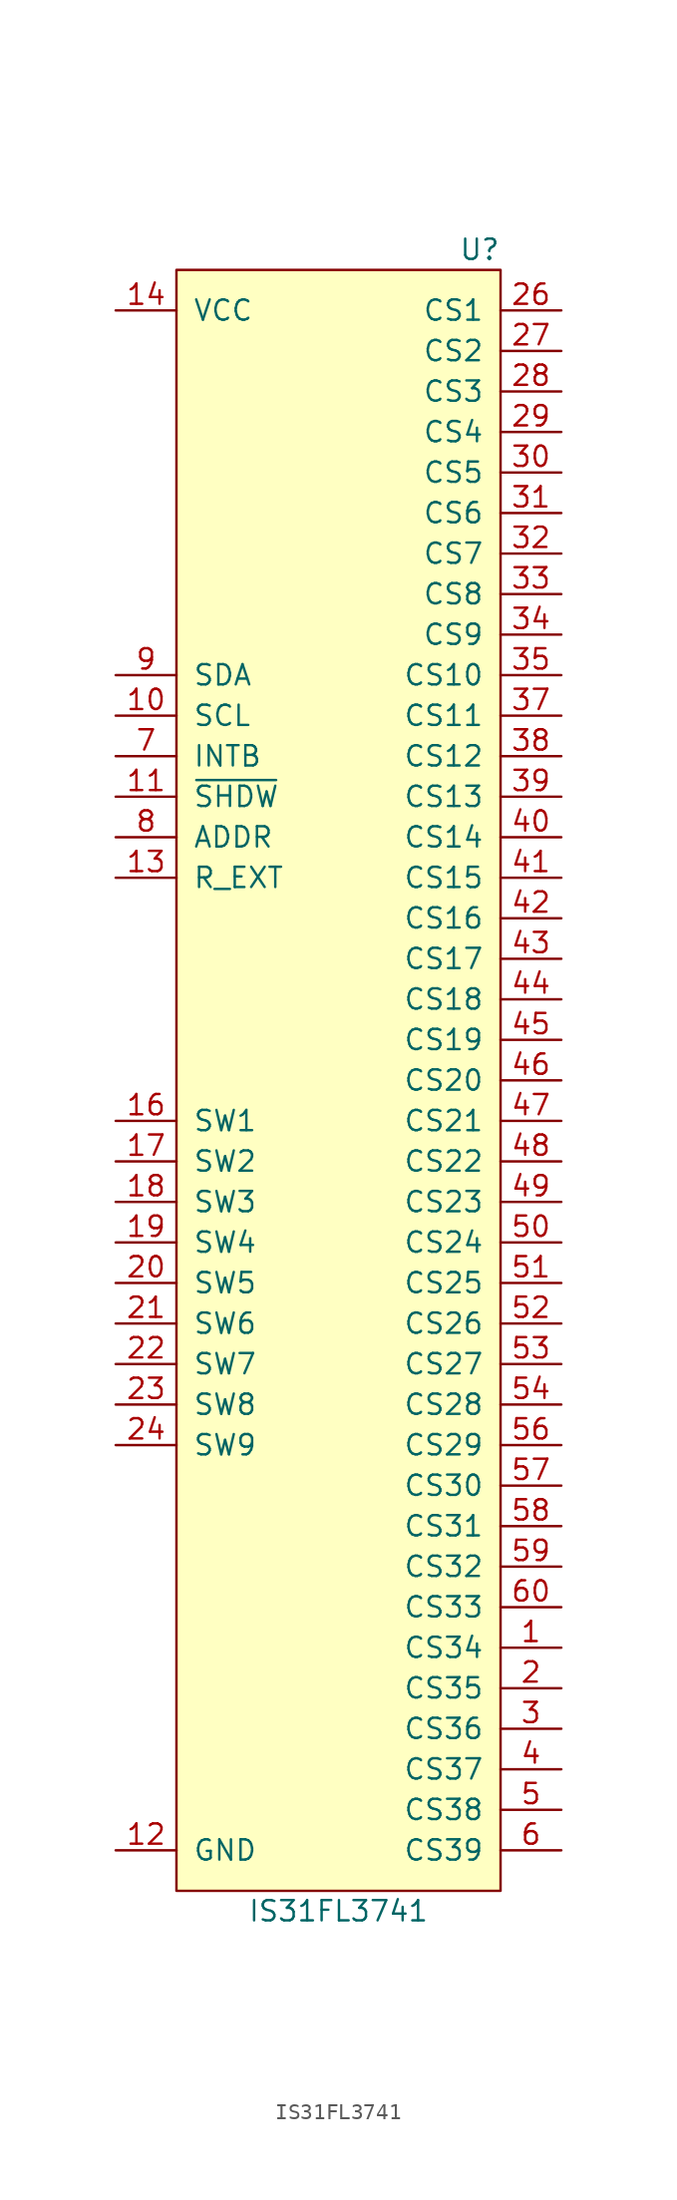
<source format=kicad_sym>
(kicad_symbol_lib
  (version 20220914)
  (generator kicad_symbol_editor)
  (symbol "IS31FL3741"
    (pin_names
      (offset 1.016))
    (property "Reference" "U"
      (at 10.16 49.53 0)
      (effects (font (size 1.27 1.27)) (justify right)))
    (property "Value" "IS31FL3741"
      (at 0 -54.61 0)
      (effects (font (size 1.27 1.27))))
    (symbol "IS31FL3741_0_1"
      (rectangle (start -10.16 48.26) (end 10.16 -53.34) (stroke (width 0) (type solid)) (fill (type background))))
    (symbol "IS31FL3741_1_1"
      (pin input line (at 13.97 -38.1 180) (length 3.81) (name "CS34" (effects (font (size 1.27 1.27)))) (number "1" (effects (font (size 1.27 1.27)))))
      (pin input line (at -13.97 20.32 0) (length 3.81) (name "SCL" (effects (font (size 1.27 1.27)))) (number "10" (effects (font (size 1.27 1.27)))))
      (pin input line (at -13.97 15.24 0) (length 3.81) (name "~{SHDW}" (effects (font (size 1.27 1.27)))) (number "11" (effects (font (size 1.27 1.27)))))
      (pin power_in line (at -13.97 -50.8 0) (length 3.81) (name "GND" (effects (font (size 1.27 1.27)))) (number "12" (effects (font (size 1.27 1.27)))))
      (pin input line (at -13.97 10.16 0) (length 3.81) (name "R_EXT" (effects (font (size 1.27 1.27)))) (number "13" (effects (font (size 1.27 1.27)))))
      (pin power_in line (at -13.97 45.72 0) (length 3.81) (name "VCC" (effects (font (size 1.27 1.27)))) (number "14" (effects (font (size 1.27 1.27)))))
      (pin passive line (at -13.97 45.72 0) (length 3.81) hide (name "VCC" (effects (font (size 1.27 1.27)))) (number "15" (effects (font (size 1.27 1.27)))))
      (pin input line (at -13.97 -5.08 0) (length 3.81) (name "SW1" (effects (font (size 1.27 1.27)))) (number "16" (effects (font (size 1.27 1.27)))))
      (pin input line (at -13.97 -7.62 0) (length 3.81) (name "SW2" (effects (font (size 1.27 1.27)))) (number "17" (effects (font (size 1.27 1.27)))))
      (pin input line (at -13.97 -10.16 0) (length 3.81) (name "SW3" (effects (font (size 1.27 1.27)))) (number "18" (effects (font (size 1.27 1.27)))))
      (pin input line (at -13.97 -12.7 0) (length 3.81) (name "SW4" (effects (font (size 1.27 1.27)))) (number "19" (effects (font (size 1.27 1.27)))))
      (pin input line (at 13.97 -40.64 180) (length 3.81) (name "CS35" (effects (font (size 1.27 1.27)))) (number "2" (effects (font (size 1.27 1.27)))))
      (pin input line (at -13.97 -15.24 0) (length 3.81) (name "SW5" (effects (font (size 1.27 1.27)))) (number "20" (effects (font (size 1.27 1.27)))))
      (pin input line (at -13.97 -17.78 0) (length 3.81) (name "SW6" (effects (font (size 1.27 1.27)))) (number "21" (effects (font (size 1.27 1.27)))))
      (pin input line (at -13.97 -20.32 0) (length 3.81) (name "SW7" (effects (font (size 1.27 1.27)))) (number "22" (effects (font (size 1.27 1.27)))))
      (pin input line (at -13.97 -22.86 0) (length 3.81) (name "SW8" (effects (font (size 1.27 1.27)))) (number "23" (effects (font (size 1.27 1.27)))))
      (pin input line (at -13.97 -25.4 0) (length 3.81) (name "SW9" (effects (font (size 1.27 1.27)))) (number "24" (effects (font (size 1.27 1.27)))))
      (pin passive line (at -13.97 45.72 0) (length 3.81) hide (name "VCC" (effects (font (size 1.27 1.27)))) (number "25" (effects (font (size 1.27 1.27)))))
      (pin input line (at 13.97 45.72 180) (length 3.81) (name "CS1" (effects (font (size 1.27 1.27)))) (number "26" (effects (font (size 1.27 1.27)))))
      (pin input line (at 13.97 43.18 180) (length 3.81) (name "CS2" (effects (font (size 1.27 1.27)))) (number "27" (effects (font (size 1.27 1.27)))))
      (pin input line (at 13.97 40.64 180) (length 3.81) (name "CS3" (effects (font (size 1.27 1.27)))) (number "28" (effects (font (size 1.27 1.27)))))
      (pin input line (at 13.97 38.1 180) (length 3.81) (name "CS4" (effects (font (size 1.27 1.27)))) (number "29" (effects (font (size 1.27 1.27)))))
      (pin input line (at 13.97 -43.18 180) (length 3.81) (name "CS36" (effects (font (size 1.27 1.27)))) (number "3" (effects (font (size 1.27 1.27)))))
      (pin input line (at 13.97 35.56 180) (length 3.81) (name "CS5" (effects (font (size 1.27 1.27)))) (number "30" (effects (font (size 1.27 1.27)))))
      (pin input line (at 13.97 33.02 180) (length 3.81) (name "CS6" (effects (font (size 1.27 1.27)))) (number "31" (effects (font (size 1.27 1.27)))))
      (pin input line (at 13.97 30.48 180) (length 3.81) (name "CS7" (effects (font (size 1.27 1.27)))) (number "32" (effects (font (size 1.27 1.27)))))
      (pin input line (at 13.97 27.94 180) (length 3.81) (name "CS8" (effects (font (size 1.27 1.27)))) (number "33" (effects (font (size 1.27 1.27)))))
      (pin input line (at 13.97 25.4 180) (length 3.81) (name "CS9" (effects (font (size 1.27 1.27)))) (number "34" (effects (font (size 1.27 1.27)))))
      (pin input line (at 13.97 22.86 180) (length 3.81) (name "CS10" (effects (font (size 1.27 1.27)))) (number "35" (effects (font (size 1.27 1.27)))))
      (pin passive line (at -13.97 -50.8 0) (length 3.81) hide (name "GND" (effects (font (size 1.27 1.27)))) (number "36" (effects (font (size 1.27 1.27)))))
      (pin input line (at 13.97 20.32 180) (length 3.81) (name "CS11" (effects (font (size 1.27 1.27)))) (number "37" (effects (font (size 1.27 1.27)))))
      (pin input line (at 13.97 17.78 180) (length 3.81) (name "CS12" (effects (font (size 1.27 1.27)))) (number "38" (effects (font (size 1.27 1.27)))))
      (pin input line (at 13.97 15.24 180) (length 3.81) (name "CS13" (effects (font (size 1.27 1.27)))) (number "39" (effects (font (size 1.27 1.27)))))
      (pin input line (at 13.97 -45.72 180) (length 3.81) (name "CS37" (effects (font (size 1.27 1.27)))) (number "4" (effects (font (size 1.27 1.27)))))
      (pin input line (at 13.97 12.7 180) (length 3.81) (name "CS14" (effects (font (size 1.27 1.27)))) (number "40" (effects (font (size 1.27 1.27)))))
      (pin input line (at 13.97 10.16 180) (length 3.81) (name "CS15" (effects (font (size 1.27 1.27)))) (number "41" (effects (font (size 1.27 1.27)))))
      (pin input line (at 13.97 7.62 180) (length 3.81) (name "CS16" (effects (font (size 1.27 1.27)))) (number "42" (effects (font (size 1.27 1.27)))))
      (pin input line (at 13.97 5.08 180) (length 3.81) (name "CS17" (effects (font (size 1.27 1.27)))) (number "43" (effects (font (size 1.27 1.27)))))
      (pin input line (at 13.97 2.54 180) (length 3.81) (name "CS18" (effects (font (size 1.27 1.27)))) (number "44" (effects (font (size 1.27 1.27)))))
      (pin input line (at 13.97 0 180) (length 3.81) (name "CS19" (effects (font (size 1.27 1.27)))) (number "45" (effects (font (size 1.27 1.27)))))
      (pin input line (at 13.97 -2.54 180) (length 3.81) (name "CS20" (effects (font (size 1.27 1.27)))) (number "46" (effects (font (size 1.27 1.27)))))
      (pin input line (at 13.97 -5.08 180) (length 3.81) (name "CS21" (effects (font (size 1.27 1.27)))) (number "47" (effects (font (size 1.27 1.27)))))
      (pin input line (at 13.97 -7.62 180) (length 3.81) (name "CS22" (effects (font (size 1.27 1.27)))) (number "48" (effects (font (size 1.27 1.27)))))
      (pin input line (at 13.97 -10.16 180) (length 3.81) (name "CS23" (effects (font (size 1.27 1.27)))) (number "49" (effects (font (size 1.27 1.27)))))
      (pin input line (at 13.97 -48.26 180) (length 3.81) (name "CS38" (effects (font (size 1.27 1.27)))) (number "5" (effects (font (size 1.27 1.27)))))
      (pin input line (at 13.97 -12.7 180) (length 3.81) (name "CS24" (effects (font (size 1.27 1.27)))) (number "50" (effects (font (size 1.27 1.27)))))
      (pin input line (at 13.97 -15.24 180) (length 3.81) (name "CS25" (effects (font (size 1.27 1.27)))) (number "51" (effects (font (size 1.27 1.27)))))
      (pin input line (at 13.97 -17.78 180) (length 3.81) (name "CS26" (effects (font (size 1.27 1.27)))) (number "52" (effects (font (size 1.27 1.27)))))
      (pin input line (at 13.97 -20.32 180) (length 3.81) (name "CS27" (effects (font (size 1.27 1.27)))) (number "53" (effects (font (size 1.27 1.27)))))
      (pin input line (at 13.97 -22.86 180) (length 3.81) (name "CS28" (effects (font (size 1.27 1.27)))) (number "54" (effects (font (size 1.27 1.27)))))
      (pin passive line (at -13.97 -50.8 0) (length 3.81) hide (name "GND" (effects (font (size 1.27 1.27)))) (number "55" (effects (font (size 1.27 1.27)))))
      (pin input line (at 13.97 -25.4 180) (length 3.81) (name "CS29" (effects (font (size 1.27 1.27)))) (number "56" (effects (font (size 1.27 1.27)))))
      (pin input line (at 13.97 -27.94 180) (length 3.81) (name "CS30" (effects (font (size 1.27 1.27)))) (number "57" (effects (font (size 1.27 1.27)))))
      (pin input line (at 13.97 -30.48 180) (length 3.81) (name "CS31" (effects (font (size 1.27 1.27)))) (number "58" (effects (font (size 1.27 1.27)))))
      (pin input line (at 13.97 -33.02 180) (length 3.81) (name "CS32" (effects (font (size 1.27 1.27)))) (number "59" (effects (font (size 1.27 1.27)))))
      (pin input line (at 13.97 -50.8 180) (length 3.81) (name "CS39" (effects (font (size 1.27 1.27)))) (number "6" (effects (font (size 1.27 1.27)))))
      (pin input line (at 13.97 -35.56 180) (length 3.81) (name "CS33" (effects (font (size 1.27 1.27)))) (number "60" (effects (font (size 1.27 1.27)))))
      (pin passive line (at -13.97 -50.8 0) (length 3.81) hide (name "GND" (effects (font (size 1.27 1.27)))) (number "61" (effects (font (size 1.27 1.27)))))
      (pin output line (at -13.97 17.78 0) (length 3.81) (name "INTB" (effects (font (size 1.27 1.27)))) (number "7" (effects (font (size 1.27 1.27)))))
      (pin input line (at -13.97 12.7 0) (length 3.81) (name "ADDR" (effects (font (size 1.27 1.27)))) (number "8" (effects (font (size 1.27 1.27)))))
      (pin bidirectional line (at -13.97 22.86 0) (length 3.81) (name "SDA" (effects (font (size 1.27 1.27)))) (number "9" (effects (font (size 1.27 1.27))))))))
</source>
